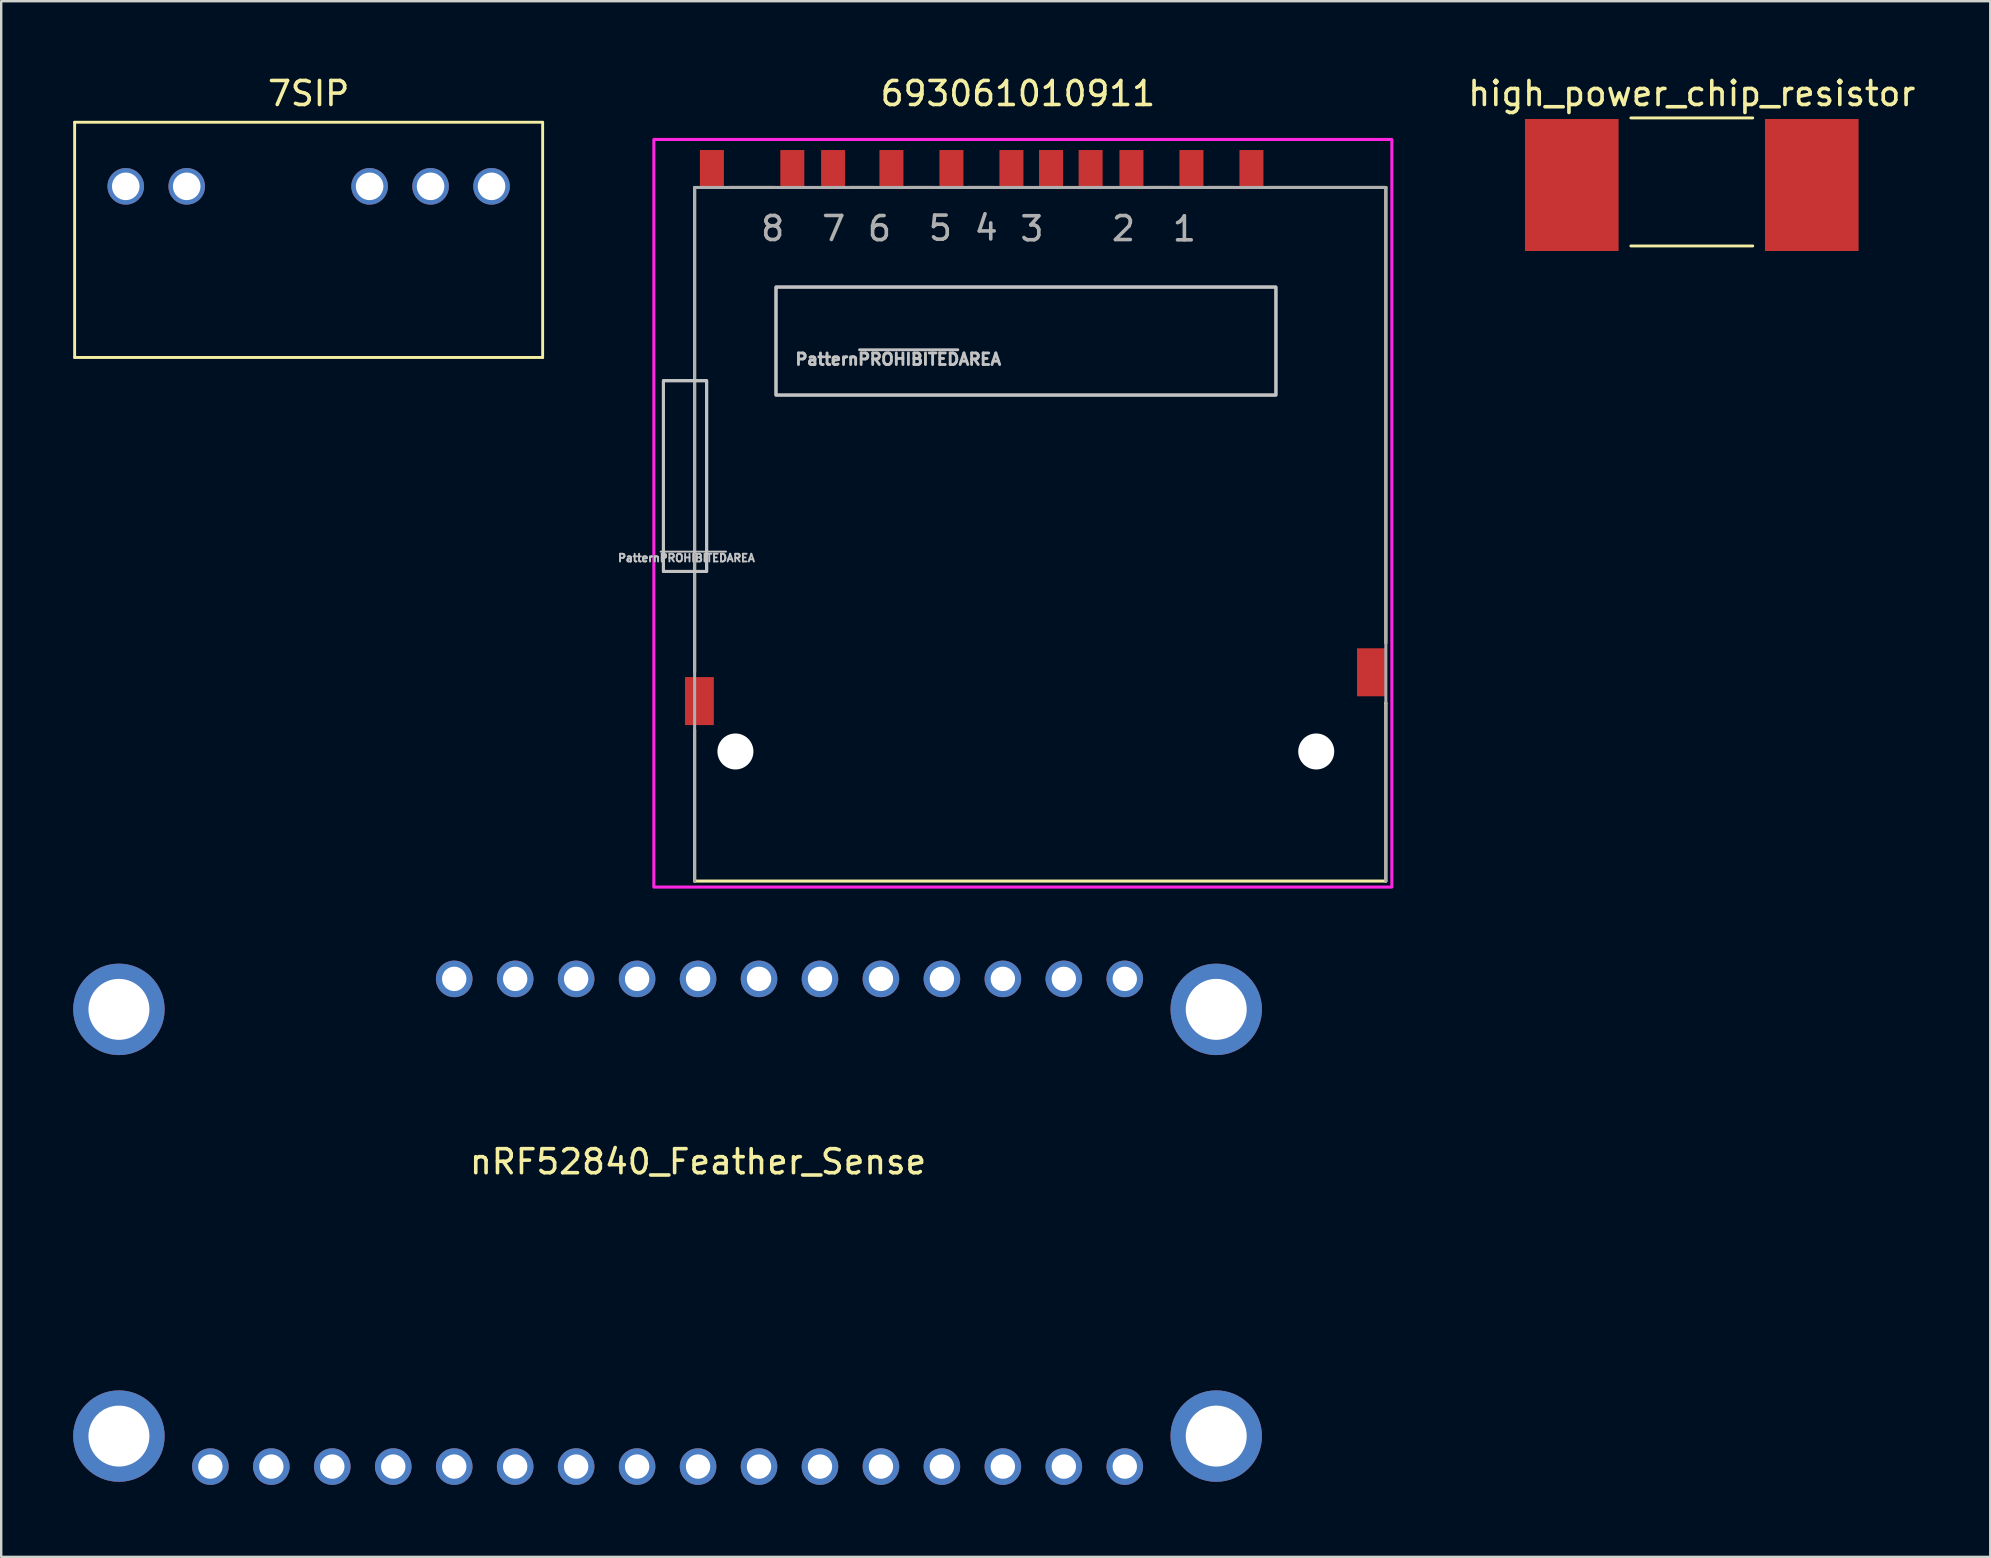
<source format=kicad_pcb>
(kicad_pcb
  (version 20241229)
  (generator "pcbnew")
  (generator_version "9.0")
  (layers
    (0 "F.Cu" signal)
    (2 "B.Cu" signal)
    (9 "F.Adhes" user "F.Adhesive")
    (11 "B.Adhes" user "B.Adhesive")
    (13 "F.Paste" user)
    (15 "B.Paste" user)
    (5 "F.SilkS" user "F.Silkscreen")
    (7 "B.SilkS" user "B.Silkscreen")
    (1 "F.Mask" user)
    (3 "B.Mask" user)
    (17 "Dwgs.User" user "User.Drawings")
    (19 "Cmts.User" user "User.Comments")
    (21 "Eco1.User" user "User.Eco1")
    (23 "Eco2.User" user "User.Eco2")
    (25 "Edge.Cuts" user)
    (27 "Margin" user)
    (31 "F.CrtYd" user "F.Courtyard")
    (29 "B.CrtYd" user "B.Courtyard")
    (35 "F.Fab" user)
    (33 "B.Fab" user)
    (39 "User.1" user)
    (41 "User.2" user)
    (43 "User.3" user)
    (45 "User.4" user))
  (footprint "high_power_chip_resistor"
    (layer "F.Cu")
    (at 67.44 4.658)
    (property "Reference" "high_power_chip_resistor" (at 0 -3.81 0) (layer "F.SilkS") (effects (font (size 1 1) (thickness 0.15))))
    (attr through_hole)
    (fp_line (start -2.54 -2.794) (end 2.54 -2.794) (stroke (width 0.12) (type solid)) (layer "F.SilkS"))
    (fp_line (start -2.54 2.54) (end 2.54 2.54) (stroke (width 0.12) (type solid)) (layer "F.SilkS"))
    (pad "1" smd rect (at -5 0) (size 3.9 5.5) (layers "F.Cu" "F.Mask" "F.Paste"))
    (pad "2" smd rect (at 5 0) (size 3.9 5.5) (layers "F.Cu" "F.Mask" "F.Paste")))
  (footprint "7SIP"
    (layer "F.Cu")
    (at 9.81 6.944)
    (property "Reference" "7SIP" (at 0 -6.096 0) (layer "F.SilkS") (effects (font (size 1 1) (thickness 0.15))))
    (attr through_hole)
    (fp_line (start -9.75 -4.9) (end -9.75 4.9) (stroke (width 0.12) (type solid)) (layer "F.SilkS"))
    (fp_line (start -9.75 -4.9) (end 9.75 -4.9) (stroke (width 0.12) (type solid)) (layer "F.SilkS"))
    (fp_line (start -9.75 4.9) (end 9.75 4.9) (stroke (width 0.12) (type solid)) (layer "F.SilkS"))
    (fp_line (start 9.75 -4.9) (end 9.75 4.9) (stroke (width 0.12) (type solid)) (layer "F.SilkS"))
    (pad "1" thru_hole circle (at -7.62 -2.23) (size 1.524 1.524) (drill 1.15) (layers "*.Cu" "*.Mask"))
    (pad "2" thru_hole circle (at -5.08 -2.23) (size 1.524 1.524) (drill 1.15) (layers "*.Cu" "*.Mask"))
    (pad "5" thru_hole circle (at 2.54 -2.23) (size 1.524 1.524) (drill 1.15) (layers "*.Cu" "*.Mask"))
    (pad "6" thru_hole circle (at 5.08 -2.23) (size 1.524 1.524) (drill 1.15) (layers "*.Cu" "*.Mask"))
    (pad "7" thru_hole circle (at 7.62 -2.23) (size 1.524 1.524) (drill 1.15) (layers "*.Cu" "*.Mask")))
  (footprint "693061010911"
    (layer "F.Cu")
    (at 39.692 28.261)
    (property "Reference" "693061010911" (at -0.33 -27.412 0) (layer "F.SilkS") (effects (font (size 1 1) (thickness 0.15))))
    (attr through_hole)
    (fp_line (start -13.8 -23.5) (end -13.8 -3.31) (stroke (width 0.127) (type solid)) (layer "F.SilkS"))
    (fp_line (start -13.8 -0.9) (end -13.8 5.4) (stroke (width 0.127) (type solid)) (layer "F.SilkS"))
    (fp_line (start -12.34 -23.5) (end -10.44 -23.5) (stroke (width 0.127) (type solid)) (layer "F.SilkS"))
    (fp_line (start -7.33 -23.5) (end -6.32 -23.5) (stroke (width 0.127) (type solid)) (layer "F.SilkS"))
    (fp_line (start -4.9 -23.5) (end -3.84 -23.5) (stroke (width 0.127) (type solid)) (layer "F.SilkS"))
    (fp_line (start -2.37 -23.5) (end -1.31 -23.5) (stroke (width 0.127) (type solid)) (layer "F.SilkS"))
    (fp_line (start 5.13 -23.5) (end 6.17 -23.5) (stroke (width 0.127) (type solid)) (layer "F.SilkS"))
    (fp_line (start 7.59 -23.5) (end 8.7 -23.5) (stroke (width 0.127) (type solid)) (layer "F.SilkS"))
    (fp_line (start 10.13 -23.5) (end 15 -23.5) (stroke (width 0.127) (type solid)) (layer "F.SilkS"))
    (fp_line (start 14.99 -2.01) (end 15 -2.01) (stroke (width 0.127) (type solid)) (layer "F.SilkS"))
    (fp_line (start 15 -23.5) (end 15 -4.52) (stroke (width 0.127) (type solid)) (layer "F.SilkS"))
    (fp_line (start 15 -2.01) (end 15 5.4) (stroke (width 0.127) (type solid)) (layer "F.SilkS"))
    (fp_line (start 15 5.4) (end -13.8 5.4) (stroke (width 0.127) (type solid)) (layer "F.SilkS"))
    (fp_poly (pts (xy -15.1 -15.45) (xy -13.3 -15.45) (xy -13.3 -7.5) (xy -15.1 -7.5)) (stroke (width 0.127) (type solid)) (fill no) (layer "Dwgs.User"))
    (fp_poly (pts (xy -15.1 -15.45) (xy -13.3 -15.45) (xy -13.3 -7.5) (xy -15.1 -7.5)) (stroke (width 0.127) (type solid)) (fill no) (layer "Dwgs.User"))
    (fp_poly (pts (xy -10.41 -19.35) (xy 10.42 -19.35) (xy 10.42 -14.85) (xy -10.41 -14.85)) (stroke (width 0.127) (type solid)) (fill no) (layer "Dwgs.User"))
    (fp_poly (pts (xy -10.41 -19.35) (xy 10.42 -19.35) (xy 10.42 -14.85) (xy -10.41 -14.85)) (stroke (width 0.127) (type solid)) (fill no) (layer "Dwgs.User"))
    (fp_poly (pts (xy -15.5 -25.5) (xy 15.25 -25.5) (xy 15.25 5.65) (xy -15.5 5.65)) (stroke (width 0.127) (type solid)) (fill no) (layer "F.CrtYd"))
    (fp_line (start -13.8 -23.5) (end 15 -23.5) (stroke (width 0.127) (type solid)) (layer "F.Fab"))
    (fp_line (start -13.8 5.4) (end -13.8 -23.5) (stroke (width 0.127) (type solid)) (layer "F.Fab"))
    (fp_line (start 15 -23.5) (end 15 5.4) (stroke (width 0.127) (type solid)) (layer "F.Fab"))
    (fp_text user "Pattern~{PROHIBITED}AREA" (at -5.316 -16.34 0) (layer "Dwgs.User") (effects (font (size 0.481 0.481) (thickness 0.15))))
    (fp_text user "Pattern~{PROHIBITED}AREA" (at -14.142 -8.061 0) (layer "Dwgs.User") (effects (font (size 0.32 0.32) (thickness 0.15))))
    (fp_text user "4" (at -1.653 -21.811 0) (layer "F.Fab") (effects (font (size 1.002 1.002) (thickness 0.15))))
    (fp_text user "6" (at -6.099 -21.784 0) (layer "F.Fab") (effects (font (size 1.001 1.001) (thickness 0.15))))
    (fp_text user "8" (at -10.549 -21.788 0) (layer "F.Fab") (effects (font (size 1.001 1.001) (thickness 0.15))))
    (fp_text user "1" (at 6.606 -21.773 0) (layer "F.Fab") (effects (font (size 1 1) (thickness 0.15))))
    (fp_text user "3" (at 0.255 -21.776 0) (layer "F.Fab") (effects (font (size 1 1) (thickness 0.15))))
    (fp_text user "2" (at 4.068 -21.786 0) (layer "F.Fab") (effects (font (size 1.001 1.001) (thickness 0.15))))
    (fp_text user "5" (at -3.561 -21.804 0) (layer "F.Fab") (effects (font (size 1.002 1.002) (thickness 0.15))))
    (fp_text user "7" (at -8.007 -21.789 0) (layer "F.Fab") (effects (font (size 1.001 1.001) (thickness 0.15))))
    (pad "" np_thru_hole circle (at -12.1 0) (size 1.5 1.5) (drill 1.5) (layers "*.Cu" "*.Mask"))
    (pad "" np_thru_hole circle (at 12.1 0) (size 1.5 1.5) (drill 1.5) (layers "*.Cu" "*.Mask"))
    (pad "1" smd rect (at 6.9 -24.31) (size 1 1.5) (layers "F.Cu" "F.Mask" "F.Paste"))
    (pad "2" smd rect (at 4.4 -24.31) (size 1 1.5) (layers "F.Cu" "F.Mask" "F.Paste"))
    (pad "3" smd rect (at 1.05 -24.31) (size 1 1.5) (layers "F.Cu" "F.Mask" "F.Paste"))
    (pad "4" smd rect (at -0.6 -24.31) (size 1 1.5) (layers "F.Cu" "F.Mask" "F.Paste"))
    (pad "5" smd rect (at -3.1 -24.31) (size 1 1.5) (layers "F.Cu" "F.Mask" "F.Paste"))
    (pad "6" smd rect (at -5.6 -24.31) (size 1 1.5) (layers "F.Cu" "F.Mask" "F.Paste"))
    (pad "7" smd rect (at -8.03 -24.31) (size 1 1.5) (layers "F.Cu" "F.Mask" "F.Paste"))
    (pad "8" smd rect (at -9.73 -24.31) (size 1 1.5) (layers "F.Cu" "F.Mask" "F.Paste"))
    (pad "9" smd rect (at 9.4 -24.31) (size 1 1.5) (layers "F.Cu" "F.Mask" "F.Paste"))
    (pad "CD" smd rect (at 2.7 -24.31) (size 1 1.5) (layers "F.Cu" "F.Mask" "F.Paste"))
    (pad "WP" smd rect (at -13.08 -24.31) (size 1 1.5) (layers "F.Cu" "F.Mask" "F.Paste"))
    (pad "Z1" smd rect (at 14.4 -3.3) (size 1.2 2) (layers "F.Cu" "F.Mask" "F.Paste"))
    (pad "Z2" smd rect (at -13.6 -2.1) (size 1.2 2) (layers "F.Cu" "F.Mask" "F.Paste")))
  (footprint "nRF52840_Feather_Sense"
    (layer "F.Cu")
    (at 1.905 56.786)
    (property "Reference" "nRF52840_Feather_Sense" (at 24.13 -11.43 0) (layer "F.SilkS") (effects (font (size 1 1) (thickness 0.15))))
    (attr through_hole)
    (pad "1" thru_hole circle (at 3.81 1.27) (size 1.524 1.524) (drill 1.016) (layers "*.Cu" "*.Mask"))
    (pad "2" thru_hole circle (at 6.35 1.27) (size 1.524 1.524) (drill 1.016) (layers "*.Cu" "*.Mask"))
    (pad "3" thru_hole circle (at 8.89 1.27) (size 1.524 1.524) (drill 1.016) (layers "*.Cu" "*.Mask"))
    (pad "4" thru_hole circle (at 11.43 1.27) (size 1.524 1.524) (drill 1.016) (layers "*.Cu" "*.Mask"))
    (pad "5" thru_hole circle (at 13.97 1.27) (size 1.524 1.524) (drill 1.016) (layers "*.Cu" "*.Mask"))
    (pad "6" thru_hole circle (at 16.51 1.27) (size 1.524 1.524) (drill 1.016) (layers "*.Cu" "*.Mask"))
    (pad "7" thru_hole circle (at 19.05 1.27) (size 1.524 1.524) (drill 1.016) (layers "*.Cu" "*.Mask"))
    (pad "8" thru_hole circle (at 21.59 1.27) (size 1.524 1.524) (drill 1.016) (layers "*.Cu" "*.Mask"))
    (pad "9" thru_hole circle (at 24.13 1.27) (size 1.524 1.524) (drill 1.016) (layers "*.Cu" "*.Mask"))
    (pad "10" thru_hole circle (at 26.67 1.27) (size 1.524 1.524) (drill 1.016) (layers "*.Cu" "*.Mask"))
    (pad "11" thru_hole circle (at 29.21 1.27) (size 1.524 1.524) (drill 1.016) (layers "*.Cu" "*.Mask"))
    (pad "12" thru_hole circle (at 31.75 1.27) (size 1.524 1.524) (drill 1.016) (layers "*.Cu" "*.Mask"))
    (pad "13" thru_hole circle (at 34.29 1.27) (size 1.524 1.524) (drill 1.016) (layers "*.Cu" "*.Mask"))
    (pad "14" thru_hole circle (at 36.83 1.27) (size 1.524 1.524) (drill 1.016) (layers "*.Cu" "*.Mask"))
    (pad "15" thru_hole circle (at 39.37 1.27) (size 1.524 1.524) (drill 1.016) (layers "*.Cu" "*.Mask"))
    (pad "16" thru_hole circle (at 41.91 1.27) (size 1.524 1.524) (drill 1.016) (layers "*.Cu" "*.Mask"))
    (pad "17" thru_hole circle (at 41.91 -19.05) (size 1.524 1.524) (drill 1.016) (layers "*.Cu" "*.Mask"))
    (pad "18" thru_hole circle (at 39.37 -19.05) (size 1.524 1.524) (drill 1.016) (layers "*.Cu" "*.Mask"))
    (pad "19" thru_hole circle (at 36.83 -19.05) (size 1.524 1.524) (drill 1.016) (layers "*.Cu" "*.Mask"))
    (pad "20" thru_hole circle (at 34.29 -19.05) (size 1.524 1.524) (drill 1.016) (layers "*.Cu" "*.Mask"))
    (pad "21" thru_hole circle (at 31.75 -19.05) (size 1.524 1.524) (drill 1.016) (layers "*.Cu" "*.Mask"))
    (pad "22" thru_hole circle (at 29.21 -19.05) (size 1.524 1.524) (drill 1.016) (layers "*.Cu" "*.Mask"))
    (pad "23" thru_hole circle (at 26.67 -19.05) (size 1.524 1.524) (drill 1.016) (layers "*.Cu" "*.Mask"))
    (pad "24" thru_hole circle (at 24.13 -19.05) (size 1.524 1.524) (drill 1.016) (layers "*.Cu" "*.Mask"))
    (pad "25" thru_hole circle (at 21.59 -19.05) (size 1.524 1.524) (drill 1.016) (layers "*.Cu" "*.Mask"))
    (pad "26" thru_hole circle (at 19.05 -19.05) (size 1.524 1.524) (drill 1.016) (layers "*.Cu" "*.Mask"))
    (pad "27" thru_hole circle (at 16.51 -19.05) (size 1.524 1.524) (drill 1.016) (layers "*.Cu" "*.Mask"))
    (pad "28" thru_hole circle (at 13.97 -19.05) (size 1.524 1.524) (drill 1.016) (layers "*.Cu" "*.Mask"))
    (pad "M1" thru_hole circle (at 0 0) (size 3.81 3.81) (drill 2.54) (layers "*.Cu" "*.Mask"))
    (pad "M2" thru_hole circle (at 45.72 0) (size 3.81 3.81) (drill 2.54) (layers "*.Cu" "*.Mask"))
    (pad "M3" thru_hole circle (at 45.72 -17.78) (size 3.81 3.81) (drill 2.54) (layers "*.Cu" "*.Mask"))
    (pad "M4" thru_hole circle (at 0 -17.78) (size 3.81 3.81) (drill 2.54) (layers "*.Cu" "*.Mask")))
  (gr_rect
    (start -3 -3)
    (end 79.875 61.818)
    (stroke (width 0.1) (type default))
    (fill no)
    (layer "Edge.Cuts")))
</source>
